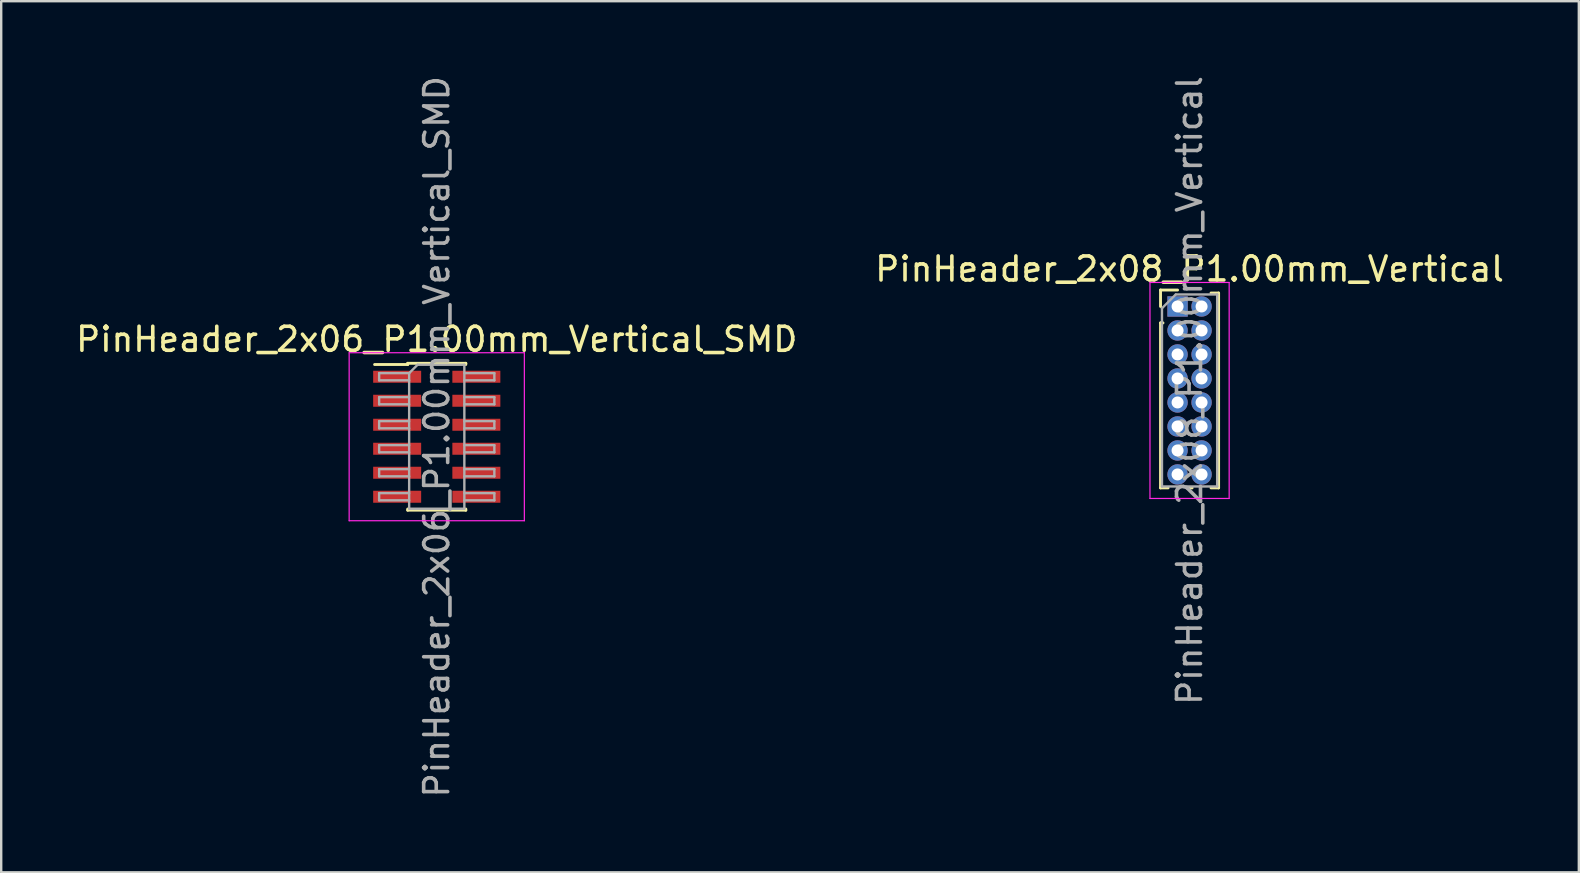
<source format=kicad_pcb>
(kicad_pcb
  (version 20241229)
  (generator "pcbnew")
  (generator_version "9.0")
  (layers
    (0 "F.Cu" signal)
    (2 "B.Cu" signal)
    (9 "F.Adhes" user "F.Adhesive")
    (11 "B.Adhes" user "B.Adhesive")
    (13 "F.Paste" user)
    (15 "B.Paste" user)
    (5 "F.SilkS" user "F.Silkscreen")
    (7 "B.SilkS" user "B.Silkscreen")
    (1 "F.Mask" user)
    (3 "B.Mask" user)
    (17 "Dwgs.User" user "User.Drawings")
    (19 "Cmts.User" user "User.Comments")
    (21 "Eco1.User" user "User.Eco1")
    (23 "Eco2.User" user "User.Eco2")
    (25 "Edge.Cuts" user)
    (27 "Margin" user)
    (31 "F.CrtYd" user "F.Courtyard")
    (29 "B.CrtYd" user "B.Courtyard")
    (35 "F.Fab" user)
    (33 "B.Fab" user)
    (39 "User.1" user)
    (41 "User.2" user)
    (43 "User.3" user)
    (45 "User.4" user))
  (footprint "PinHeader_2x08_P1.00mm_Vertical"
    (layer "F.Cu")
    (at 46.018 9.72)
    (property "Reference" "PinHeader_2x08_P1.00mm_Vertical" (at 0.5 -1.56 0) (layer "F.SilkS") (effects (font (size 1 1) (thickness 0.15))))
    (attr through_hole)
    (fp_line (start -0.71 -0.685) (end 0 -0.685) (stroke (width 0.12) (type solid)) (layer "F.SilkS"))
    (fp_line (start -0.71 0) (end -0.71 -0.685) (stroke (width 0.12) (type solid)) (layer "F.SilkS"))
    (fp_line (start -0.71 0.685) (end -0.71 7.56) (stroke (width 0.12) (type solid)) (layer "F.SilkS"))
    (fp_line (start -0.71 0.685) (end -0.608 0.685) (stroke (width 0.12) (type solid)) (layer "F.SilkS"))
    (fp_line (start -0.71 7.56) (end -0.394 7.56) (stroke (width 0.12) (type solid)) (layer "F.SilkS"))
    (fp_line (start 0.394 7.56) (end 0.606 7.56) (stroke (width 0.12) (type solid)) (layer "F.SilkS"))
    (fp_line (start 1.394 -0.56) (end 1.71 -0.56) (stroke (width 0.12) (type solid)) (layer "F.SilkS"))
    (fp_line (start 1.394 7.56) (end 1.71 7.56) (stroke (width 0.12) (type solid)) (layer "F.SilkS"))
    (fp_line (start 1.71 -0.56) (end 1.71 7.56) (stroke (width 0.12) (type solid)) (layer "F.SilkS"))
    (fp_line (start -1.15 -1) (end -1.15 8) (stroke (width 0.05) (type solid)) (layer "F.CrtYd"))
    (fp_line (start -1.15 8) (end 2.15 8) (stroke (width 0.05) (type solid)) (layer "F.CrtYd"))
    (fp_line (start 2.15 -1) (end -1.15 -1) (stroke (width 0.05) (type solid)) (layer "F.CrtYd"))
    (fp_line (start 2.15 8) (end 2.15 -1) (stroke (width 0.05) (type solid)) (layer "F.CrtYd"))
    (fp_line (start -0.65 0.075) (end -0.075 -0.5) (stroke (width 0.1) (type solid)) (layer "F.Fab"))
    (fp_line (start -0.65 7.5) (end -0.65 0.075) (stroke (width 0.1) (type solid)) (layer "F.Fab"))
    (fp_line (start -0.075 -0.5) (end 1.65 -0.5) (stroke (width 0.1) (type solid)) (layer "F.Fab"))
    (fp_line (start 1.65 -0.5) (end 1.65 7.5) (stroke (width 0.1) (type solid)) (layer "F.Fab"))
    (fp_line (start 1.65 7.5) (end -0.65 7.5) (stroke (width 0.1) (type solid)) (layer "F.Fab"))
    (fp_text user "${REFERENCE}" (at 0.5 3.5 90) (layer "F.Fab") (effects (font (size 1 1) (thickness 0.15))))
    (pad "1" thru_hole rect (at 0 0) (size 0.85 0.85) (drill 0.5) (layers "*.Cu" "*.Mask"))
    (pad "2" thru_hole oval (at 1 0) (size 0.85 0.85) (drill 0.5) (layers "*.Cu" "*.Mask"))
    (pad "3" thru_hole oval (at 0 1) (size 0.85 0.85) (drill 0.5) (layers "*.Cu" "*.Mask"))
    (pad "4" thru_hole oval (at 1 1) (size 0.85 0.85) (drill 0.5) (layers "*.Cu" "*.Mask"))
    (pad "5" thru_hole oval (at 0 2) (size 0.85 0.85) (drill 0.5) (layers "*.Cu" "*.Mask"))
    (pad "6" thru_hole oval (at 1 2) (size 0.85 0.85) (drill 0.5) (layers "*.Cu" "*.Mask"))
    (pad "7" thru_hole oval (at 0 3) (size 0.85 0.85) (drill 0.5) (layers "*.Cu" "*.Mask"))
    (pad "8" thru_hole oval (at 1 3) (size 0.85 0.85) (drill 0.5) (layers "*.Cu" "*.Mask"))
    (pad "9" thru_hole oval (at 0 4) (size 0.85 0.85) (drill 0.5) (layers "*.Cu" "*.Mask"))
    (pad "10" thru_hole oval (at 1 4) (size 0.85 0.85) (drill 0.5) (layers "*.Cu" "*.Mask"))
    (pad "11" thru_hole oval (at 0 5) (size 0.85 0.85) (drill 0.5) (layers "*.Cu" "*.Mask"))
    (pad "12" thru_hole oval (at 1 5) (size 0.85 0.85) (drill 0.5) (layers "*.Cu" "*.Mask"))
    (pad "13" thru_hole oval (at 0 6) (size 0.85 0.85) (drill 0.5) (layers "*.Cu" "*.Mask"))
    (pad "14" thru_hole oval (at 1 6) (size 0.85 0.85) (drill 0.5) (layers "*.Cu" "*.Mask"))
    (pad "15" thru_hole oval (at 0 7) (size 0.85 0.85) (drill 0.5) (layers "*.Cu" "*.Mask"))
    (pad "16" thru_hole oval (at 1 7) (size 0.85 0.85) (drill 0.5) (layers "*.Cu" "*.Mask")))
  (footprint "PinHeader_2x06_P1.00mm_Vertical_SMD"
    (layer "F.Cu")
    (at 15.149 15.149)
    (property "Reference" "PinHeader_2x06_P1.00mm_Vertical_SMD" (at 0 -4.06 0) (layer "F.SilkS") (effects (font (size 1 1) (thickness 0.15))))
    (attr smd)
    (fp_line (start -2.59 -3.01) (end -1.21 -3.01) (stroke (width 0.12) (type solid)) (layer "F.SilkS"))
    (fp_line (start -1.21 -3.06) (end -1.21 -3.01) (stroke (width 0.12) (type solid)) (layer "F.SilkS"))
    (fp_line (start -1.21 -3.06) (end 1.21 -3.06) (stroke (width 0.12) (type solid)) (layer "F.SilkS"))
    (fp_line (start -1.21 3.01) (end -1.21 3.06) (stroke (width 0.12) (type solid)) (layer "F.SilkS"))
    (fp_line (start -1.21 3.06) (end 1.21 3.06) (stroke (width 0.12) (type solid)) (layer "F.SilkS"))
    (fp_line (start 1.21 -3.06) (end 1.21 -3.01) (stroke (width 0.12) (type solid)) (layer "F.SilkS"))
    (fp_line (start 1.21 3.01) (end 1.21 3.06) (stroke (width 0.12) (type solid)) (layer "F.SilkS"))
    (fp_line (start -3.65 -3.5) (end -3.65 3.5) (stroke (width 0.05) (type solid)) (layer "F.CrtYd"))
    (fp_line (start -3.65 3.5) (end 3.65 3.5) (stroke (width 0.05) (type solid)) (layer "F.CrtYd"))
    (fp_line (start 3.65 -3.5) (end -3.65 -3.5) (stroke (width 0.05) (type solid)) (layer "F.CrtYd"))
    (fp_line (start 3.65 3.5) (end 3.65 -3.5) (stroke (width 0.05) (type solid)) (layer "F.CrtYd"))
    (fp_line (start -2.4 -2.65) (end -2.4 -2.35) (stroke (width 0.1) (type solid)) (layer "F.Fab"))
    (fp_line (start -2.4 -2.35) (end -1.15 -2.35) (stroke (width 0.1) (type solid)) (layer "F.Fab"))
    (fp_line (start -2.4 -1.65) (end -2.4 -1.35) (stroke (width 0.1) (type solid)) (layer "F.Fab"))
    (fp_line (start -2.4 -1.35) (end -1.15 -1.35) (stroke (width 0.1) (type solid)) (layer "F.Fab"))
    (fp_line (start -2.4 -0.65) (end -2.4 -0.35) (stroke (width 0.1) (type solid)) (layer "F.Fab"))
    (fp_line (start -2.4 -0.35) (end -1.15 -0.35) (stroke (width 0.1) (type solid)) (layer "F.Fab"))
    (fp_line (start -2.4 0.35) (end -2.4 0.65) (stroke (width 0.1) (type solid)) (layer "F.Fab"))
    (fp_line (start -2.4 0.65) (end -1.15 0.65) (stroke (width 0.1) (type solid)) (layer "F.Fab"))
    (fp_line (start -2.4 1.35) (end -2.4 1.65) (stroke (width 0.1) (type solid)) (layer "F.Fab"))
    (fp_line (start -2.4 1.65) (end -1.15 1.65) (stroke (width 0.1) (type solid)) (layer "F.Fab"))
    (fp_line (start -2.4 2.35) (end -2.4 2.65) (stroke (width 0.1) (type solid)) (layer "F.Fab"))
    (fp_line (start -2.4 2.65) (end -1.15 2.65) (stroke (width 0.1) (type solid)) (layer "F.Fab"))
    (fp_line (start -1.15 -2.65) (end -2.4 -2.65) (stroke (width 0.1) (type solid)) (layer "F.Fab"))
    (fp_line (start -1.15 -2.65) (end -0.8 -3) (stroke (width 0.1) (type solid)) (layer "F.Fab"))
    (fp_line (start -1.15 -1.65) (end -2.4 -1.65) (stroke (width 0.1) (type solid)) (layer "F.Fab"))
    (fp_line (start -1.15 -0.65) (end -2.4 -0.65) (stroke (width 0.1) (type solid)) (layer "F.Fab"))
    (fp_line (start -1.15 0.35) (end -2.4 0.35) (stroke (width 0.1) (type solid)) (layer "F.Fab"))
    (fp_line (start -1.15 1.35) (end -2.4 1.35) (stroke (width 0.1) (type solid)) (layer "F.Fab"))
    (fp_line (start -1.15 2.35) (end -2.4 2.35) (stroke (width 0.1) (type solid)) (layer "F.Fab"))
    (fp_line (start -1.15 3) (end -1.15 -2.65) (stroke (width 0.1) (type solid)) (layer "F.Fab"))
    (fp_line (start -0.8 -3) (end 1.15 -3) (stroke (width 0.1) (type solid)) (layer "F.Fab"))
    (fp_line (start 1.15 -3) (end 1.15 3) (stroke (width 0.1) (type solid)) (layer "F.Fab"))
    (fp_line (start 1.15 -2.65) (end 2.4 -2.65) (stroke (width 0.1) (type solid)) (layer "F.Fab"))
    (fp_line (start 1.15 -1.65) (end 2.4 -1.65) (stroke (width 0.1) (type solid)) (layer "F.Fab"))
    (fp_line (start 1.15 -0.65) (end 2.4 -0.65) (stroke (width 0.1) (type solid)) (layer "F.Fab"))
    (fp_line (start 1.15 0.35) (end 2.4 0.35) (stroke (width 0.1) (type solid)) (layer "F.Fab"))
    (fp_line (start 1.15 1.35) (end 2.4 1.35) (stroke (width 0.1) (type solid)) (layer "F.Fab"))
    (fp_line (start 1.15 2.35) (end 2.4 2.35) (stroke (width 0.1) (type solid)) (layer "F.Fab"))
    (fp_line (start 1.15 3) (end -1.15 3) (stroke (width 0.1) (type solid)) (layer "F.Fab"))
    (fp_line (start 2.4 -2.65) (end 2.4 -2.35) (stroke (width 0.1) (type solid)) (layer "F.Fab"))
    (fp_line (start 2.4 -2.35) (end 1.15 -2.35) (stroke (width 0.1) (type solid)) (layer "F.Fab"))
    (fp_line (start 2.4 -1.65) (end 2.4 -1.35) (stroke (width 0.1) (type solid)) (layer "F.Fab"))
    (fp_line (start 2.4 -1.35) (end 1.15 -1.35) (stroke (width 0.1) (type solid)) (layer "F.Fab"))
    (fp_line (start 2.4 -0.65) (end 2.4 -0.35) (stroke (width 0.1) (type solid)) (layer "F.Fab"))
    (fp_line (start 2.4 -0.35) (end 1.15 -0.35) (stroke (width 0.1) (type solid)) (layer "F.Fab"))
    (fp_line (start 2.4 0.35) (end 2.4 0.65) (stroke (width 0.1) (type solid)) (layer "F.Fab"))
    (fp_line (start 2.4 0.65) (end 1.15 0.65) (stroke (width 0.1) (type solid)) (layer "F.Fab"))
    (fp_line (start 2.4 1.35) (end 2.4 1.65) (stroke (width 0.1) (type solid)) (layer "F.Fab"))
    (fp_line (start 2.4 1.65) (end 1.15 1.65) (stroke (width 0.1) (type solid)) (layer "F.Fab"))
    (fp_line (start 2.4 2.35) (end 2.4 2.65) (stroke (width 0.1) (type solid)) (layer "F.Fab"))
    (fp_line (start 2.4 2.65) (end 1.15 2.65) (stroke (width 0.1) (type solid)) (layer "F.Fab"))
    (fp_text user "${REFERENCE}" (at 0 0 90) (layer "F.Fab") (effects (font (size 1 1) (thickness 0.15))))
    (pad "1" smd rect (at -1.65 -2.5) (size 2 0.5) (layers "F.Cu" "F.Mask" "F.Paste"))
    (pad "2" smd rect (at 1.65 -2.5) (size 2 0.5) (layers "F.Cu" "F.Mask" "F.Paste"))
    (pad "3" smd rect (at -1.65 -1.5) (size 2 0.5) (layers "F.Cu" "F.Mask" "F.Paste"))
    (pad "4" smd rect (at 1.65 -1.5) (size 2 0.5) (layers "F.Cu" "F.Mask" "F.Paste"))
    (pad "5" smd rect (at -1.65 -0.5) (size 2 0.5) (layers "F.Cu" "F.Mask" "F.Paste"))
    (pad "6" smd rect (at 1.65 -0.5) (size 2 0.5) (layers "F.Cu" "F.Mask" "F.Paste"))
    (pad "7" smd rect (at -1.65 0.5) (size 2 0.5) (layers "F.Cu" "F.Mask" "F.Paste"))
    (pad "8" smd rect (at 1.65 0.5) (size 2 0.5) (layers "F.Cu" "F.Mask" "F.Paste"))
    (pad "9" smd rect (at -1.65 1.5) (size 2 0.5) (layers "F.Cu" "F.Mask" "F.Paste"))
    (pad "10" smd rect (at 1.65 1.5) (size 2 0.5) (layers "F.Cu" "F.Mask" "F.Paste"))
    (pad "11" smd rect (at -1.65 2.5) (size 2 0.5) (layers "F.Cu" "F.Mask" "F.Paste"))
    (pad "12" smd rect (at 1.65 2.5) (size 2 0.5) (layers "F.Cu" "F.Mask" "F.Paste")))
  (gr_rect
    (start -3 -3)
    (end 62.738 33.298)
    (stroke (width 0.1) (type default))
    (fill no)
    (layer "Edge.Cuts")))
</source>
